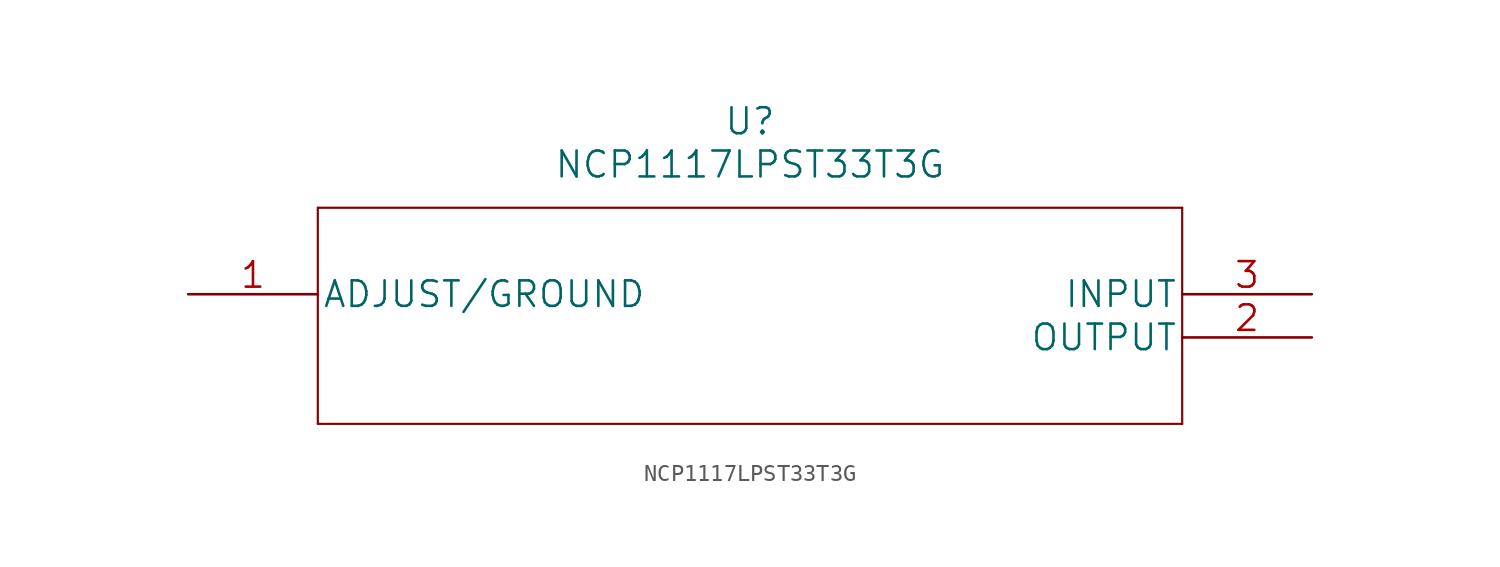
<source format=kicad_sym>
(kicad_symbol_lib
  (version 20211014)
  (generator kicad_symbol_editor)
  (symbol "NCP1117LPST33T3G"
    (pin_names
      (offset 0.254))
    (property "Reference" "U"
      (at 33.02 10.16 0)
      (effects (font (size 1.524 1.524))))
    (property "Value" "NCP1117LPST33T3G"
      (at 33.02 7.62 0)
      (effects (font (size 1.524 1.524))))
    (property "Datasheet" ""
      (at 0 0 0)
      (effects (font (size 1.524 1.524))))
    (property "ki_locked" ""
      (at 0 0 0)
      (effects (font (size 1.27 1.27))))
    (symbol "NCP1117LPST33T3G_1_1"
      (polyline (pts (xy 7.62 -7.62) (xy 58.42 -7.62)) (stroke (width 0.127) (type default) (color 0 0 0 0)) (fill (type none)))
      (polyline (pts (xy 7.62 5.08) (xy 7.62 -7.62)) (stroke (width 0.127) (type default) (color 0 0 0 0)) (fill (type none)))
      (polyline (pts (xy 58.42 -7.62) (xy 58.42 5.08)) (stroke (width 0.127) (type default) (color 0 0 0 0)) (fill (type none)))
      (polyline (pts (xy 58.42 5.08) (xy 7.62 5.08)) (stroke (width 0.127) (type default) (color 0 0 0 0)) (fill (type none)))
      (pin bidirectional line (at 0 0 0) (length 7.62) (name "ADJUST/GROUND" (effects (font (size 1.499 1.499)))) (number "1" (effects (font (size 1.499 1.499)))))
      (pin output line (at 66.04 -2.54 180) (length 7.62) (name "OUTPUT" (effects (font (size 1.499 1.499)))) (number "2" (effects (font (size 1.499 1.499)))))
      (pin input line (at 66.04 0 180) (length 7.62) (name "INPUT" (effects (font (size 1.499 1.499)))) (number "3" (effects (font (size 1.499 1.499))))))))
</source>
